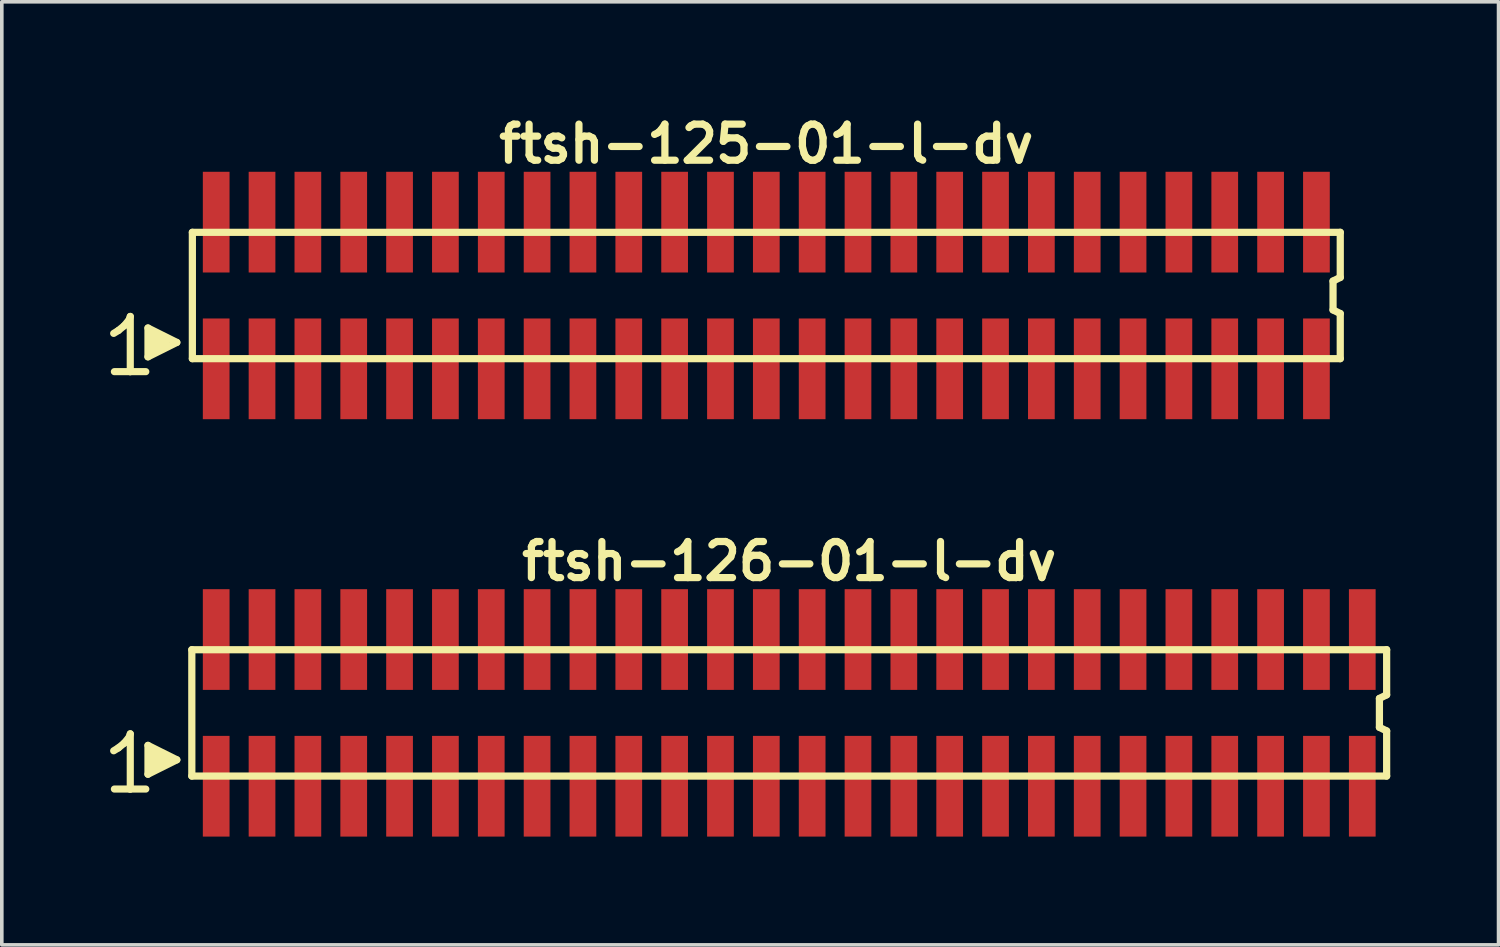
<source format=kicad_pcb>
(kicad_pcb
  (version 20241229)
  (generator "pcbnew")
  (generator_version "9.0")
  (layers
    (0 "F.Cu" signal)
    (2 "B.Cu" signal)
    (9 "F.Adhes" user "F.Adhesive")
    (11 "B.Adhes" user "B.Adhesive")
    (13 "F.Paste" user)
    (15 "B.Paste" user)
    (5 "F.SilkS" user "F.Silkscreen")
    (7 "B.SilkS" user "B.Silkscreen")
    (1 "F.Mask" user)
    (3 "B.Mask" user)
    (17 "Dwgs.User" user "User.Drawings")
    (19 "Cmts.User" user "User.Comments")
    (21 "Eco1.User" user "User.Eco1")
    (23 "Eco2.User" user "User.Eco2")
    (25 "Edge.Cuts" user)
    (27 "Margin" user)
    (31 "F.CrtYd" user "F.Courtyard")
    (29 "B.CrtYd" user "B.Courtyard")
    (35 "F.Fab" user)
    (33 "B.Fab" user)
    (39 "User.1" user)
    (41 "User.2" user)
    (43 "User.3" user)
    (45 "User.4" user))
  (footprint "ftsh-126-01-l-dv"
    (layer "F.Cu")
    (at 18.814 16.699)
    (property "Reference" "ftsh-126-01-l-dv" (at 0 -4.2 0) (layer "F.SilkS") (effects (font (size 1 1) (thickness 0.2))))
    (attr smd)
    (fp_line (start -18.715 1.05) (end -18.585 0.97) (stroke (width 0.198) (type solid)) (layer "F.SilkS"))
    (fp_line (start -18.585 0.97) (end -18.425 0.84) (stroke (width 0.198) (type solid)) (layer "F.SilkS"))
    (fp_line (start -18.425 0.84) (end -18.285 0.67) (stroke (width 0.198) (type solid)) (layer "F.SilkS"))
    (fp_line (start -18.285 0.67) (end -18.255 0.58) (stroke (width 0.198) (type solid)) (layer "F.SilkS"))
    (fp_line (start -18.255 0.58) (end -18.255 2.11) (stroke (width 0.198) (type solid)) (layer "F.SilkS"))
    (fp_line (start -18.255 2.11) (end -18.695 2.11) (stroke (width 0.198) (type solid)) (layer "F.SilkS"))
    (fp_line (start -17.825 2.11) (end -18.265 2.11) (stroke (width 0.198) (type solid)) (layer "F.SilkS"))
    (fp_line (start -17.765 0.9) (end -16.965 1.3) (stroke (width 0.198) (type solid)) (layer "F.SilkS"))
    (fp_line (start -17.765 1.7) (end -17.765 0.9) (stroke (width 0.198) (type solid)) (layer "F.SilkS"))
    (fp_line (start -17.665 1.6) (end -17.665 1) (stroke (width 0.198) (type solid)) (layer "F.SilkS"))
    (fp_line (start -17.565 1.1) (end -17.565 1.5) (stroke (width 0.198) (type solid)) (layer "F.SilkS"))
    (fp_line (start -17.465 1.5) (end -17.465 1.1) (stroke (width 0.198) (type solid)) (layer "F.SilkS"))
    (fp_line (start -17.365 1.2) (end -17.365 1.4) (stroke (width 0.198) (type solid)) (layer "F.SilkS"))
    (fp_line (start -17.265 1.4) (end -17.265 1.2) (stroke (width 0.198) (type solid)) (layer "F.SilkS"))
    (fp_line (start -16.965 1.3) (end -17.765 1.7) (stroke (width 0.198) (type solid)) (layer "F.SilkS"))
    (fp_line (start -16.55 -1.75) (end -16.55 1.75) (stroke (width 0.2) (type solid)) (layer "F.SilkS"))
    (fp_line (start -16.55 -1.75) (end 16.55 -1.75) (stroke (width 0.2) (type solid)) (layer "F.SilkS"))
    (fp_line (start -16.55 1.75) (end 16.55 1.75) (stroke (width 0.2) (type solid)) (layer "F.SilkS"))
    (fp_line (start 16.35 -0.4) (end 16.35 0.4) (stroke (width 0.2) (type solid)) (layer "F.SilkS"))
    (fp_line (start 16.35 0.4) (end 16.55 0.5) (stroke (width 0.2) (type solid)) (layer "F.SilkS"))
    (fp_line (start 16.55 -0.5) (end 16.35 -0.4) (stroke (width 0.2) (type solid)) (layer "F.SilkS"))
    (fp_line (start 16.55 -0.5) (end 16.55 -1.75) (stroke (width 0.2) (type solid)) (layer "F.SilkS"))
    (fp_line (start 16.55 0.5) (end 16.55 1.75) (stroke (width 0.2) (type solid)) (layer "F.SilkS"))
    (pad "1" smd rect (at -15.875 2.032) (size 0.74 2.79) (layers "F.Cu" "F.Mask" "F.Paste"))
    (pad "2" smd rect (at -15.875 -2.032) (size 0.74 2.79) (layers "F.Cu" "F.Mask" "F.Paste"))
    (pad "3" smd rect (at -14.605 2.032) (size 0.74 2.79) (layers "F.Cu" "F.Mask" "F.Paste"))
    (pad "4" smd rect (at -14.605 -2.032) (size 0.74 2.79) (layers "F.Cu" "F.Mask" "F.Paste"))
    (pad "5" smd rect (at -13.335 2.032) (size 0.74 2.79) (layers "F.Cu" "F.Mask" "F.Paste"))
    (pad "6" smd rect (at -13.335 -2.032) (size 0.74 2.79) (layers "F.Cu" "F.Mask" "F.Paste"))
    (pad "7" smd rect (at -12.065 2.032) (size 0.74 2.79) (layers "F.Cu" "F.Mask" "F.Paste"))
    (pad "8" smd rect (at -12.065 -2.032) (size 0.74 2.79) (layers "F.Cu" "F.Mask" "F.Paste"))
    (pad "9" smd rect (at -10.795 2.032) (size 0.74 2.79) (layers "F.Cu" "F.Mask" "F.Paste"))
    (pad "10" smd rect (at -10.795 -2.032) (size 0.74 2.79) (layers "F.Cu" "F.Mask" "F.Paste"))
    (pad "11" smd rect (at -9.525 2.032) (size 0.74 2.79) (layers "F.Cu" "F.Mask" "F.Paste"))
    (pad "12" smd rect (at -9.525 -2.032) (size 0.74 2.79) (layers "F.Cu" "F.Mask" "F.Paste"))
    (pad "13" smd rect (at -8.255 2.032) (size 0.74 2.79) (layers "F.Cu" "F.Mask" "F.Paste"))
    (pad "14" smd rect (at -8.255 -2.032) (size 0.74 2.79) (layers "F.Cu" "F.Mask" "F.Paste"))
    (pad "15" smd rect (at -6.985 2.032) (size 0.74 2.79) (layers "F.Cu" "F.Mask" "F.Paste"))
    (pad "16" smd rect (at -6.985 -2.032) (size 0.74 2.79) (layers "F.Cu" "F.Mask" "F.Paste"))
    (pad "17" smd rect (at -5.715 2.032) (size 0.74 2.79) (layers "F.Cu" "F.Mask" "F.Paste"))
    (pad "18" smd rect (at -5.715 -2.032) (size 0.74 2.79) (layers "F.Cu" "F.Mask" "F.Paste"))
    (pad "19" smd rect (at -4.445 2.032) (size 0.74 2.79) (layers "F.Cu" "F.Mask" "F.Paste"))
    (pad "20" smd rect (at -4.445 -2.032) (size 0.74 2.79) (layers "F.Cu" "F.Mask" "F.Paste"))
    (pad "21" smd rect (at -3.175 2.032) (size 0.74 2.79) (layers "F.Cu" "F.Mask" "F.Paste"))
    (pad "22" smd rect (at -3.175 -2.032) (size 0.74 2.79) (layers "F.Cu" "F.Mask" "F.Paste"))
    (pad "23" smd rect (at -1.905 2.032) (size 0.74 2.79) (layers "F.Cu" "F.Mask" "F.Paste"))
    (pad "24" smd rect (at -1.905 -2.032) (size 0.74 2.79) (layers "F.Cu" "F.Mask" "F.Paste"))
    (pad "25" smd rect (at -0.635 2.032) (size 0.74 2.79) (layers "F.Cu" "F.Mask" "F.Paste"))
    (pad "26" smd rect (at -0.635 -2.032) (size 0.74 2.79) (layers "F.Cu" "F.Mask" "F.Paste"))
    (pad "27" smd rect (at 0.635 2.032) (size 0.74 2.79) (layers "F.Cu" "F.Mask" "F.Paste"))
    (pad "28" smd rect (at 0.635 -2.032) (size 0.74 2.79) (layers "F.Cu" "F.Mask" "F.Paste"))
    (pad "29" smd rect (at 1.905 2.032) (size 0.74 2.79) (layers "F.Cu" "F.Mask" "F.Paste"))
    (pad "30" smd rect (at 1.905 -2.032) (size 0.74 2.79) (layers "F.Cu" "F.Mask" "F.Paste"))
    (pad "31" smd rect (at 3.175 2.032) (size 0.74 2.79) (layers "F.Cu" "F.Mask" "F.Paste"))
    (pad "32" smd rect (at 3.175 -2.032) (size 0.74 2.79) (layers "F.Cu" "F.Mask" "F.Paste"))
    (pad "33" smd rect (at 4.445 2.032) (size 0.74 2.79) (layers "F.Cu" "F.Mask" "F.Paste"))
    (pad "34" smd rect (at 4.445 -2.032) (size 0.74 2.79) (layers "F.Cu" "F.Mask" "F.Paste"))
    (pad "35" smd rect (at 5.715 2.032) (size 0.74 2.79) (layers "F.Cu" "F.Mask" "F.Paste"))
    (pad "36" smd rect (at 5.715 -2.032) (size 0.74 2.79) (layers "F.Cu" "F.Mask" "F.Paste"))
    (pad "37" smd rect (at 6.985 2.032) (size 0.74 2.79) (layers "F.Cu" "F.Mask" "F.Paste"))
    (pad "38" smd rect (at 6.985 -2.032) (size 0.74 2.79) (layers "F.Cu" "F.Mask" "F.Paste"))
    (pad "39" smd rect (at 8.255 2.032) (size 0.74 2.79) (layers "F.Cu" "F.Mask" "F.Paste"))
    (pad "40" smd rect (at 8.255 -2.032) (size 0.74 2.79) (layers "F.Cu" "F.Mask" "F.Paste"))
    (pad "41" smd rect (at 9.525 2.032) (size 0.74 2.79) (layers "F.Cu" "F.Mask" "F.Paste"))
    (pad "42" smd rect (at 9.525 -2.032) (size 0.74 2.79) (layers "F.Cu" "F.Mask" "F.Paste"))
    (pad "43" smd rect (at 10.795 2.032) (size 0.74 2.79) (layers "F.Cu" "F.Mask" "F.Paste"))
    (pad "44" smd rect (at 10.795 -2.032) (size 0.74 2.79) (layers "F.Cu" "F.Mask" "F.Paste"))
    (pad "45" smd rect (at 12.065 2.032) (size 0.74 2.79) (layers "F.Cu" "F.Mask" "F.Paste"))
    (pad "46" smd rect (at 12.065 -2.032) (size 0.74 2.79) (layers "F.Cu" "F.Mask" "F.Paste"))
    (pad "47" smd rect (at 13.335 2.032) (size 0.74 2.79) (layers "F.Cu" "F.Mask" "F.Paste"))
    (pad "48" smd rect (at 13.335 -2.032) (size 0.74 2.79) (layers "F.Cu" "F.Mask" "F.Paste"))
    (pad "49" smd rect (at 14.605 2.032) (size 0.74 2.79) (layers "F.Cu" "F.Mask" "F.Paste"))
    (pad "50" smd rect (at 14.605 -2.032) (size 0.74 2.79) (layers "F.Cu" "F.Mask" "F.Paste"))
    (pad "51" smd rect (at 15.875 2.032) (size 0.74 2.79) (layers "F.Cu" "F.Mask" "F.Paste"))
    (pad "52" smd rect (at 15.875 -2.032) (size 0.74 2.79) (layers "F.Cu" "F.Mask" "F.Paste")))
  (footprint "ftsh-125-01-l-dv"
    (layer "F.Cu")
    (at 18.179 5.136)
    (property "Reference" "ftsh-125-01-l-dv" (at 0 -4.2 0) (layer "F.SilkS") (effects (font (size 1 1) (thickness 0.2))))
    (attr smd)
    (fp_line (start -18.08 1.05) (end -17.95 0.97) (stroke (width 0.198) (type solid)) (layer "F.SilkS"))
    (fp_line (start -17.95 0.97) (end -17.79 0.84) (stroke (width 0.198) (type solid)) (layer "F.SilkS"))
    (fp_line (start -17.79 0.84) (end -17.65 0.67) (stroke (width 0.198) (type solid)) (layer "F.SilkS"))
    (fp_line (start -17.65 0.67) (end -17.62 0.58) (stroke (width 0.198) (type solid)) (layer "F.SilkS"))
    (fp_line (start -17.62 0.58) (end -17.62 2.11) (stroke (width 0.198) (type solid)) (layer "F.SilkS"))
    (fp_line (start -17.62 2.11) (end -18.06 2.11) (stroke (width 0.198) (type solid)) (layer "F.SilkS"))
    (fp_line (start -17.19 2.11) (end -17.63 2.11) (stroke (width 0.198) (type solid)) (layer "F.SilkS"))
    (fp_line (start -17.13 0.9) (end -16.33 1.3) (stroke (width 0.198) (type solid)) (layer "F.SilkS"))
    (fp_line (start -17.13 1.7) (end -17.13 0.9) (stroke (width 0.198) (type solid)) (layer "F.SilkS"))
    (fp_line (start -17.03 1.6) (end -17.03 1) (stroke (width 0.198) (type solid)) (layer "F.SilkS"))
    (fp_line (start -16.93 1.1) (end -16.93 1.5) (stroke (width 0.198) (type solid)) (layer "F.SilkS"))
    (fp_line (start -16.83 1.5) (end -16.83 1.1) (stroke (width 0.198) (type solid)) (layer "F.SilkS"))
    (fp_line (start -16.73 1.2) (end -16.73 1.4) (stroke (width 0.198) (type solid)) (layer "F.SilkS"))
    (fp_line (start -16.63 1.4) (end -16.63 1.2) (stroke (width 0.198) (type solid)) (layer "F.SilkS"))
    (fp_line (start -16.33 1.3) (end -17.13 1.7) (stroke (width 0.198) (type solid)) (layer "F.SilkS"))
    (fp_line (start -15.9 -1.75) (end -15.9 1.75) (stroke (width 0.2) (type solid)) (layer "F.SilkS"))
    (fp_line (start -15.9 -1.75) (end 15.9 -1.75) (stroke (width 0.2) (type solid)) (layer "F.SilkS"))
    (fp_line (start -15.9 1.75) (end 15.9 1.75) (stroke (width 0.2) (type solid)) (layer "F.SilkS"))
    (fp_line (start 15.7 -0.4) (end 15.7 0.4) (stroke (width 0.2) (type solid)) (layer "F.SilkS"))
    (fp_line (start 15.7 0.4) (end 15.9 0.5) (stroke (width 0.2) (type solid)) (layer "F.SilkS"))
    (fp_line (start 15.9 -0.5) (end 15.7 -0.4) (stroke (width 0.2) (type solid)) (layer "F.SilkS"))
    (fp_line (start 15.9 -0.5) (end 15.9 -1.75) (stroke (width 0.2) (type solid)) (layer "F.SilkS"))
    (fp_line (start 15.9 0.5) (end 15.9 1.75) (stroke (width 0.2) (type solid)) (layer "F.SilkS"))
    (pad "1" smd rect (at -15.24 2.032) (size 0.74 2.79) (layers "F.Cu" "F.Mask" "F.Paste"))
    (pad "2" smd rect (at -15.24 -2.032) (size 0.74 2.79) (layers "F.Cu" "F.Mask" "F.Paste"))
    (pad "3" smd rect (at -13.97 2.032) (size 0.74 2.79) (layers "F.Cu" "F.Mask" "F.Paste"))
    (pad "4" smd rect (at -13.97 -2.032) (size 0.74 2.79) (layers "F.Cu" "F.Mask" "F.Paste"))
    (pad "5" smd rect (at -12.7 2.032) (size 0.74 2.79) (layers "F.Cu" "F.Mask" "F.Paste"))
    (pad "6" smd rect (at -12.7 -2.032) (size 0.74 2.79) (layers "F.Cu" "F.Mask" "F.Paste"))
    (pad "7" smd rect (at -11.43 2.032) (size 0.74 2.79) (layers "F.Cu" "F.Mask" "F.Paste"))
    (pad "8" smd rect (at -11.43 -2.032) (size 0.74 2.79) (layers "F.Cu" "F.Mask" "F.Paste"))
    (pad "9" smd rect (at -10.16 2.032) (size 0.74 2.79) (layers "F.Cu" "F.Mask" "F.Paste"))
    (pad "10" smd rect (at -10.16 -2.032) (size 0.74 2.79) (layers "F.Cu" "F.Mask" "F.Paste"))
    (pad "11" smd rect (at -8.89 2.032) (size 0.74 2.79) (layers "F.Cu" "F.Mask" "F.Paste"))
    (pad "12" smd rect (at -8.89 -2.032) (size 0.74 2.79) (layers "F.Cu" "F.Mask" "F.Paste"))
    (pad "13" smd rect (at -7.62 2.032) (size 0.74 2.79) (layers "F.Cu" "F.Mask" "F.Paste"))
    (pad "14" smd rect (at -7.62 -2.032) (size 0.74 2.79) (layers "F.Cu" "F.Mask" "F.Paste"))
    (pad "15" smd rect (at -6.35 2.032) (size 0.74 2.79) (layers "F.Cu" "F.Mask" "F.Paste"))
    (pad "16" smd rect (at -6.35 -2.032) (size 0.74 2.79) (layers "F.Cu" "F.Mask" "F.Paste"))
    (pad "17" smd rect (at -5.08 2.032) (size 0.74 2.79) (layers "F.Cu" "F.Mask" "F.Paste"))
    (pad "18" smd rect (at -5.08 -2.032) (size 0.74 2.79) (layers "F.Cu" "F.Mask" "F.Paste"))
    (pad "19" smd rect (at -3.81 2.032) (size 0.74 2.79) (layers "F.Cu" "F.Mask" "F.Paste"))
    (pad "20" smd rect (at -3.81 -2.032) (size 0.74 2.79) (layers "F.Cu" "F.Mask" "F.Paste"))
    (pad "21" smd rect (at -2.54 2.032) (size 0.74 2.79) (layers "F.Cu" "F.Mask" "F.Paste"))
    (pad "22" smd rect (at -2.54 -2.032) (size 0.74 2.79) (layers "F.Cu" "F.Mask" "F.Paste"))
    (pad "23" smd rect (at -1.27 2.032) (size 0.74 2.79) (layers "F.Cu" "F.Mask" "F.Paste"))
    (pad "24" smd rect (at -1.27 -2.032) (size 0.74 2.79) (layers "F.Cu" "F.Mask" "F.Paste"))
    (pad "25" smd rect (at 0 2.032) (size 0.74 2.79) (layers "F.Cu" "F.Mask" "F.Paste"))
    (pad "26" smd rect (at 0 -2.032) (size 0.74 2.79) (layers "F.Cu" "F.Mask" "F.Paste"))
    (pad "27" smd rect (at 1.27 2.032) (size 0.74 2.79) (layers "F.Cu" "F.Mask" "F.Paste"))
    (pad "28" smd rect (at 1.27 -2.032) (size 0.74 2.79) (layers "F.Cu" "F.Mask" "F.Paste"))
    (pad "29" smd rect (at 2.54 2.032) (size 0.74 2.79) (layers "F.Cu" "F.Mask" "F.Paste"))
    (pad "30" smd rect (at 2.54 -2.032) (size 0.74 2.79) (layers "F.Cu" "F.Mask" "F.Paste"))
    (pad "31" smd rect (at 3.81 2.032) (size 0.74 2.79) (layers "F.Cu" "F.Mask" "F.Paste"))
    (pad "32" smd rect (at 3.81 -2.032) (size 0.74 2.79) (layers "F.Cu" "F.Mask" "F.Paste"))
    (pad "33" smd rect (at 5.08 2.032) (size 0.74 2.79) (layers "F.Cu" "F.Mask" "F.Paste"))
    (pad "34" smd rect (at 5.08 -2.032) (size 0.74 2.79) (layers "F.Cu" "F.Mask" "F.Paste"))
    (pad "35" smd rect (at 6.35 2.032) (size 0.74 2.79) (layers "F.Cu" "F.Mask" "F.Paste"))
    (pad "36" smd rect (at 6.35 -2.032) (size 0.74 2.79) (layers "F.Cu" "F.Mask" "F.Paste"))
    (pad "37" smd rect (at 7.62 2.032) (size 0.74 2.79) (layers "F.Cu" "F.Mask" "F.Paste"))
    (pad "38" smd rect (at 7.62 -2.032) (size 0.74 2.79) (layers "F.Cu" "F.Mask" "F.Paste"))
    (pad "39" smd rect (at 8.89 2.032) (size 0.74 2.79) (layers "F.Cu" "F.Mask" "F.Paste"))
    (pad "40" smd rect (at 8.89 -2.032) (size 0.74 2.79) (layers "F.Cu" "F.Mask" "F.Paste"))
    (pad "41" smd rect (at 10.16 2.032) (size 0.74 2.79) (layers "F.Cu" "F.Mask" "F.Paste"))
    (pad "42" smd rect (at 10.16 -2.032) (size 0.74 2.79) (layers "F.Cu" "F.Mask" "F.Paste"))
    (pad "43" smd rect (at 11.43 2.032) (size 0.74 2.79) (layers "F.Cu" "F.Mask" "F.Paste"))
    (pad "44" smd rect (at 11.43 -2.032) (size 0.74 2.79) (layers "F.Cu" "F.Mask" "F.Paste"))
    (pad "45" smd rect (at 12.7 2.032) (size 0.74 2.79) (layers "F.Cu" "F.Mask" "F.Paste"))
    (pad "46" smd rect (at 12.7 -2.032) (size 0.74 2.79) (layers "F.Cu" "F.Mask" "F.Paste"))
    (pad "47" smd rect (at 13.97 2.032) (size 0.74 2.79) (layers "F.Cu" "F.Mask" "F.Paste"))
    (pad "48" smd rect (at 13.97 -2.032) (size 0.74 2.79) (layers "F.Cu" "F.Mask" "F.Paste"))
    (pad "49" smd rect (at 15.24 2.032) (size 0.74 2.79) (layers "F.Cu" "F.Mask" "F.Paste"))
    (pad "50" smd rect (at 15.24 -2.032) (size 0.74 2.79) (layers "F.Cu" "F.Mask" "F.Paste")))
  (gr_rect
    (start -3 -3)
    (end 38.464 23.126)
    (stroke (width 0.1) (type default))
    (fill no)
    (layer "Edge.Cuts")))
</source>
